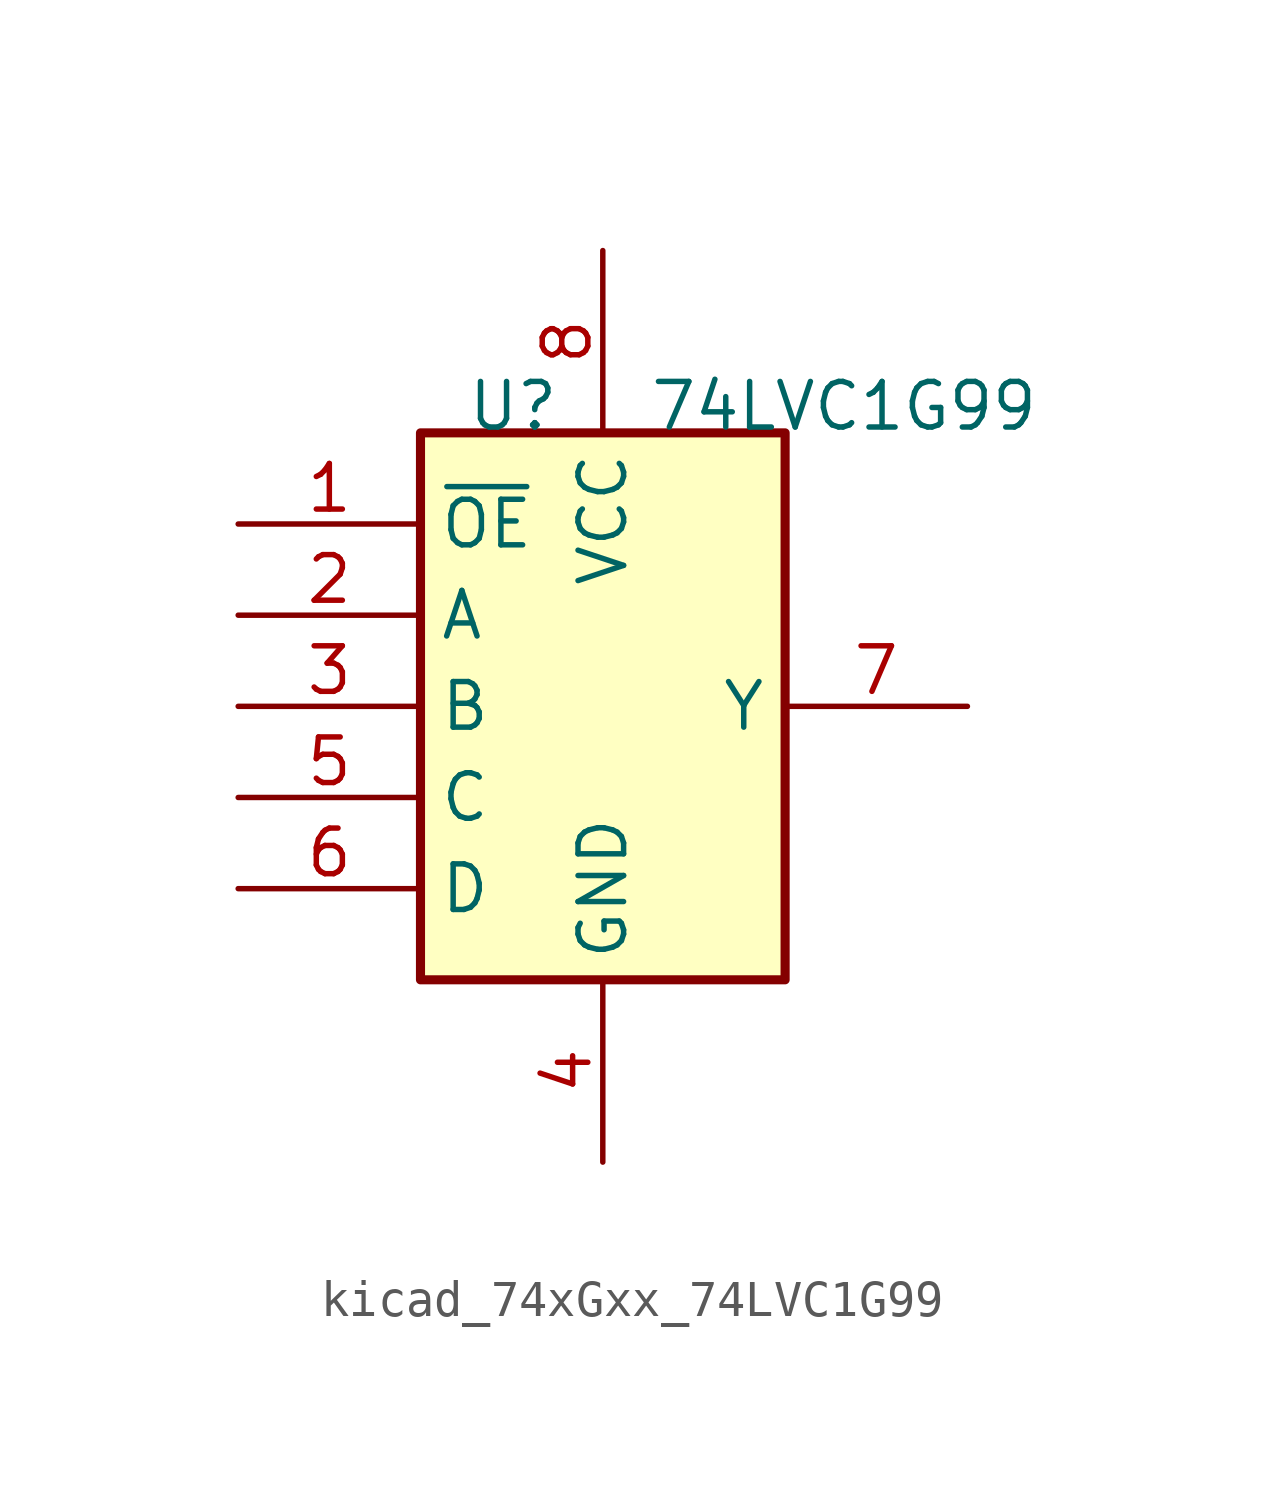
<source format=kicad_sym>
(kicad_symbol_lib
  (version 20220914)
  (generator kicad_symbol_editor)
  (symbol "kicad_74xGxx_74LVC1G99"
    (property "Reference" "U"
      (at -3.81 7.62 0)
      (effects (font (size 1.27 1.27)) (justify left bottom)))
    (property "Value" "74LVC1G99"
      (at 1.27 7.62 0)
      (effects (font (size 1.27 1.27)) (justify left bottom)))
    (symbol "kicad_74xGxx_74LVC1G99_0_1"
      (rectangle (start -5.08 7.62) (end 5.08 -7.62) (stroke (width 0.254) (type default)) (fill (type background))))
    (symbol "kicad_74xGxx_74LVC1G99_1_1"
      (pin input line (at -10.16 5.08 0) (length 5.08) (name "~{OE}" (effects (font (size 1.27 1.27)))) (number "1" (effects (font (size 1.27 1.27)))))
      (pin input line (at -10.16 2.54 0) (length 5.08) (name "A" (effects (font (size 1.27 1.27)))) (number "2" (effects (font (size 1.27 1.27)))))
      (pin input line (at -10.16 0 0) (length 5.08) (name "B" (effects (font (size 1.27 1.27)))) (number "3" (effects (font (size 1.27 1.27)))))
      (pin power_in line (at 0 -12.7 90) (length 5.08) (name "GND" (effects (font (size 1.27 1.27)))) (number "4" (effects (font (size 1.27 1.27)))))
      (pin input line (at -10.16 -2.54 0) (length 5.08) (name "C" (effects (font (size 1.27 1.27)))) (number "5" (effects (font (size 1.27 1.27)))))
      (pin input line (at -10.16 -5.08 0) (length 5.08) (name "D" (effects (font (size 1.27 1.27)))) (number "6" (effects (font (size 1.27 1.27)))))
      (pin output line (at 10.16 0 180) (length 5.08) (name "Y" (effects (font (size 1.27 1.27)))) (number "7" (effects (font (size 1.27 1.27)))))
      (pin power_in line (at 0 12.7 270) (length 5.08) (name "VCC" (effects (font (size 1.27 1.27)))) (number "8" (effects (font (size 1.27 1.27))))))))
</source>
